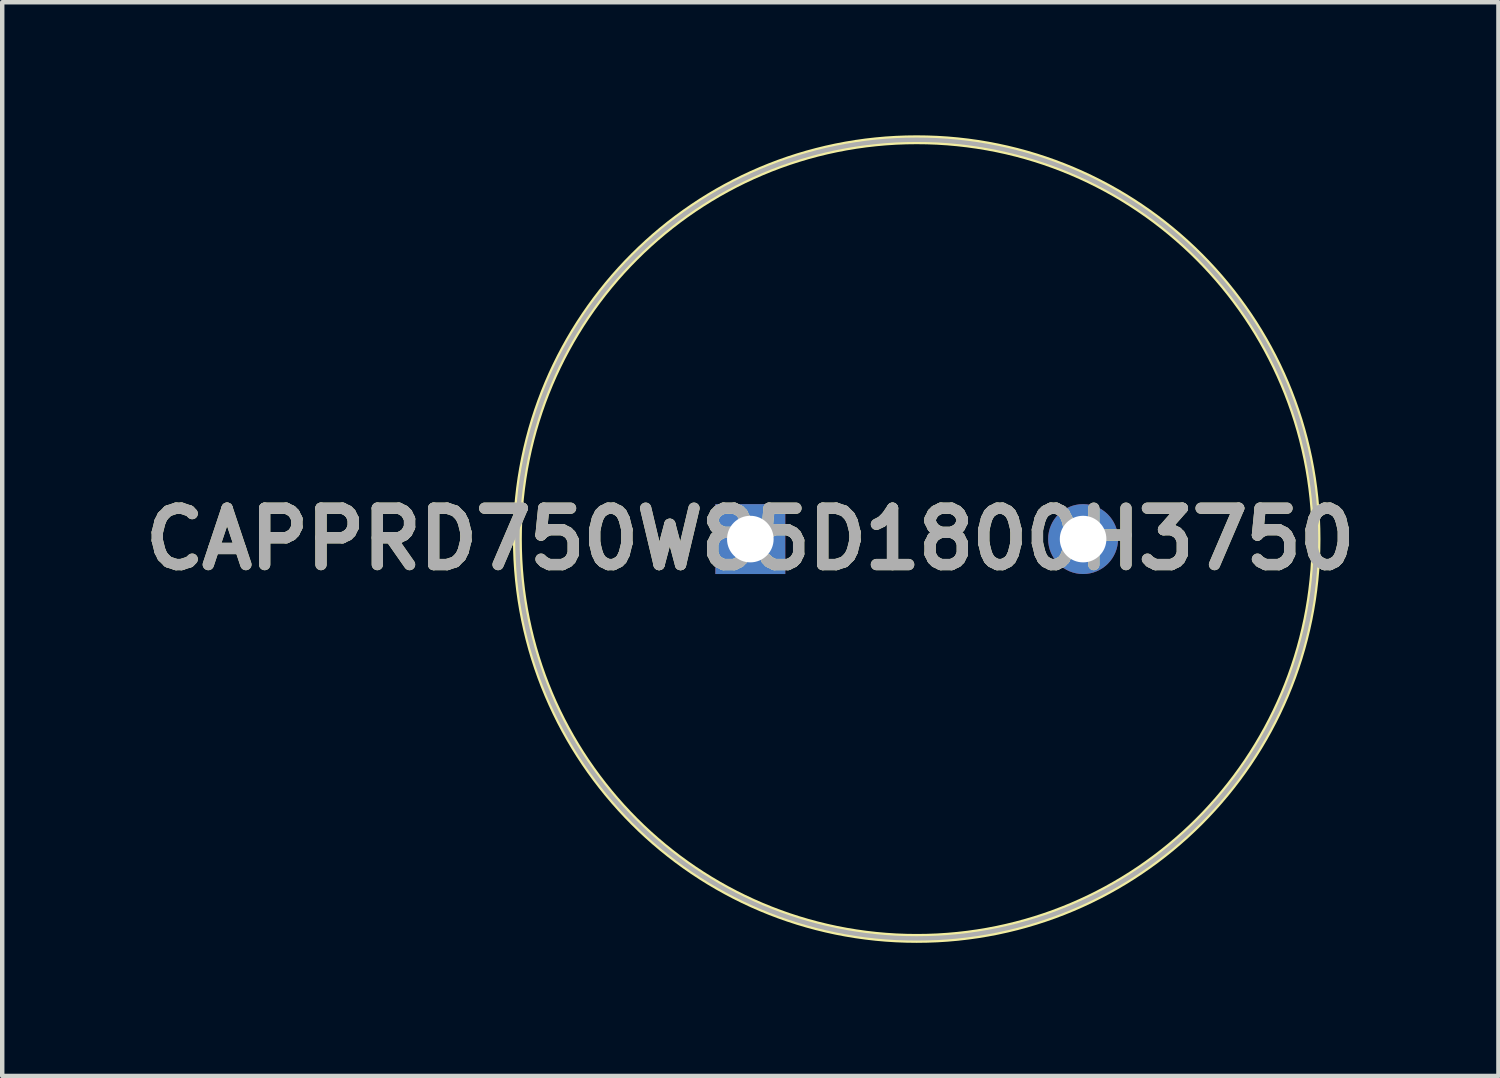
<source format=kicad_pcb>
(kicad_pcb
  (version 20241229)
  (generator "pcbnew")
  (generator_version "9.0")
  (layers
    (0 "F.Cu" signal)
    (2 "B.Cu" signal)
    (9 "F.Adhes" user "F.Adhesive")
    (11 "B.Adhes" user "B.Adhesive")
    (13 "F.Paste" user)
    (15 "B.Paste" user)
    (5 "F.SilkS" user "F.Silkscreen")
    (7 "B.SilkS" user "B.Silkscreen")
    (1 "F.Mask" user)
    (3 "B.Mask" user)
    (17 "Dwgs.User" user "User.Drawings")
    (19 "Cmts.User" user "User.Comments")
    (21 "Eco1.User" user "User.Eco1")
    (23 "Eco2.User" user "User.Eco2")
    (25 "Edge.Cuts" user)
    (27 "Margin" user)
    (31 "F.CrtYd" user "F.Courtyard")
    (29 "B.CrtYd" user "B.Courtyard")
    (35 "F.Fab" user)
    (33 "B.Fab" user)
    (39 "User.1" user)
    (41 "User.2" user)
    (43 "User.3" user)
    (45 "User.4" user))
  (footprint "CAPPRD750W85D1800H3750"
    (layer "F.Cu")
    (at 13.861 9.1)
    (property "Reference" "CAPPRD750W85D1800H3750" (at 0 0 0) (layer "F.SilkS") (effects (font (size 1.27 1.27) (thickness 0.254))))
    (attr through_hole)
    (fp_circle (center 3.75 0) (end 3.75 9) (stroke (width 0.2) (type solid)) (fill no) (layer "F.SilkS"))
    (fp_circle (center 3.75 0) (end 3.75 9) (stroke (width 0.1) (type solid)) (fill no) (layer "F.Fab"))
    (fp_text user "${REFERENCE}" (at 0 0 0) (layer "F.Fab") (effects (font (size 1.27 1.27) (thickness 0.254))))
    (pad "1" thru_hole rect (at 0 0) (size 1.575 1.575) (drill 1.05) (layers "*.Cu" "*.Mask"))
    (pad "2" thru_hole circle (at 7.5 0) (size 1.575 1.575) (drill 1.05) (layers "*.Cu" "*.Mask")))
  (gr_rect
    (start -3 -3)
    (end 30.722 21.2)
    (stroke (width 0.1) (type default))
    (fill no)
    (layer "Edge.Cuts")))
</source>
